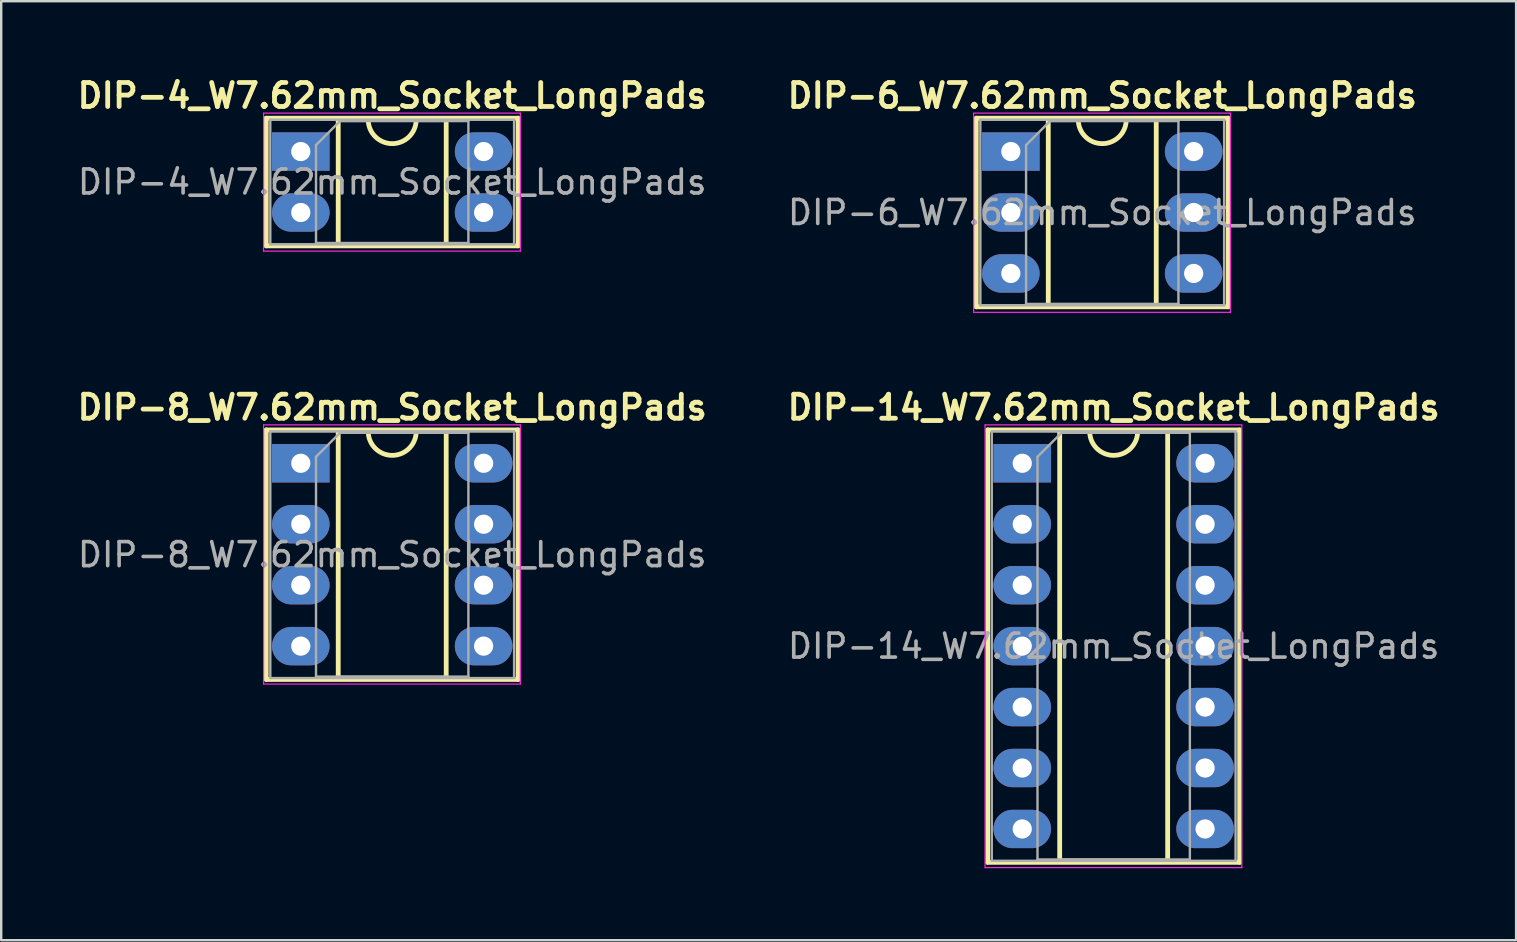
<source format=kicad_pcb>
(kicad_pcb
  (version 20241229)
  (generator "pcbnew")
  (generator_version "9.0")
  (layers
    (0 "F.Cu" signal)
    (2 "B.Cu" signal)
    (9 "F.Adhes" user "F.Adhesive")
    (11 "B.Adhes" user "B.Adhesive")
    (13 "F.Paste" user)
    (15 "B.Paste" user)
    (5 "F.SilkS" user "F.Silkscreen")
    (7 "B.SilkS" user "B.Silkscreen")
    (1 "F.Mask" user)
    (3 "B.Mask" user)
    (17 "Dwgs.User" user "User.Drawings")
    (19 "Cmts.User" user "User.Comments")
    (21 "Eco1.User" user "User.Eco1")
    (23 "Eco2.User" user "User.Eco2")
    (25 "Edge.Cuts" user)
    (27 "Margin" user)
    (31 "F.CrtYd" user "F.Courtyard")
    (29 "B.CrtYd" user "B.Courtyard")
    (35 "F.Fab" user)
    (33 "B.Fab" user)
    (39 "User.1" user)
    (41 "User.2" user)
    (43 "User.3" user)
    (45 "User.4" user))
  (footprint "DIP-8_W7.62mm_Socket_LongPads"
    (layer "F.Cu")
    (at 9.485 16.257)
    (property "Reference" "DIP-8_W7.62mm_Socket_LongPads" (at 3.81 -2.33 0) (layer "F.SilkS") (effects (font (size 1 1) (thickness 0.2))))
    (attr through_hole)
    (fp_line (start -1.44 -1.39) (end -1.44 9.01) (stroke (width 0.2) (type solid)) (layer "F.SilkS"))
    (fp_line (start -1.44 9.01) (end 9.06 9.01) (stroke (width 0.2) (type solid)) (layer "F.SilkS"))
    (fp_line (start 1.56 -1.33) (end 1.56 8.95) (stroke (width 0.2) (type solid)) (layer "F.SilkS"))
    (fp_line (start 1.56 8.95) (end 6.06 8.95) (stroke (width 0.2) (type solid)) (layer "F.SilkS"))
    (fp_line (start 2.81 -1.33) (end 1.56 -1.33) (stroke (width 0.2) (type solid)) (layer "F.SilkS"))
    (fp_line (start 6.06 -1.33) (end 4.81 -1.33) (stroke (width 0.2) (type solid)) (layer "F.SilkS"))
    (fp_line (start 6.06 8.95) (end 6.06 -1.33) (stroke (width 0.2) (type solid)) (layer "F.SilkS"))
    (fp_line (start 9.06 -1.39) (end -1.44 -1.39) (stroke (width 0.2) (type solid)) (layer "F.SilkS"))
    (fp_line (start 9.06 9.01) (end 9.06 -1.39) (stroke (width 0.2) (type solid)) (layer "F.SilkS"))
    (fp_arc (start 4.81 -1.33) (mid 3.81 -0.33) (end 2.81 -1.33) (stroke (width 0.2) (type solid)) (layer "F.SilkS"))
    (fp_line (start -1.55 -1.6) (end -1.55 9.2) (stroke (width 0.05) (type solid)) (layer "F.CrtYd"))
    (fp_line (start -1.55 9.2) (end 9.15 9.2) (stroke (width 0.05) (type solid)) (layer "F.CrtYd"))
    (fp_line (start 9.15 -1.6) (end -1.55 -1.6) (stroke (width 0.05) (type solid)) (layer "F.CrtYd"))
    (fp_line (start 9.15 9.2) (end 9.15 -1.6) (stroke (width 0.05) (type solid)) (layer "F.CrtYd"))
    (fp_line (start -1.27 -1.33) (end -1.27 8.95) (stroke (width 0.1) (type solid)) (layer "F.Fab"))
    (fp_line (start -1.27 8.95) (end 8.89 8.95) (stroke (width 0.1) (type solid)) (layer "F.Fab"))
    (fp_line (start 0.635 -0.27) (end 1.635 -1.27) (stroke (width 0.1) (type solid)) (layer "F.Fab"))
    (fp_line (start 0.635 8.89) (end 0.635 -0.27) (stroke (width 0.1) (type solid)) (layer "F.Fab"))
    (fp_line (start 1.635 -1.27) (end 6.985 -1.27) (stroke (width 0.1) (type solid)) (layer "F.Fab"))
    (fp_line (start 6.985 -1.27) (end 6.985 8.89) (stroke (width 0.1) (type solid)) (layer "F.Fab"))
    (fp_line (start 6.985 8.89) (end 0.635 8.89) (stroke (width 0.1) (type solid)) (layer "F.Fab"))
    (fp_line (start 8.89 -1.33) (end -1.27 -1.33) (stroke (width 0.1) (type solid)) (layer "F.Fab"))
    (fp_line (start 8.89 8.95) (end 8.89 -1.33) (stroke (width 0.1) (type solid)) (layer "F.Fab"))
    (fp_text user "${REFERENCE}" (at 3.81 3.81 0) (layer "F.Fab") (effects (font (size 1 1) (thickness 0.15))))
    (pad "1" thru_hole rect (at 0 0) (size 2.4 1.6) (drill 0.8) (layers "*.Cu" "*.Mask"))
    (pad "2" thru_hole oval (at 0 2.54) (size 2.4 1.6) (drill 0.8) (layers "*.Cu" "*.Mask"))
    (pad "3" thru_hole oval (at 0 5.08) (size 2.4 1.6) (drill 0.8) (layers "*.Cu" "*.Mask"))
    (pad "4" thru_hole oval (at 0 7.62) (size 2.4 1.6) (drill 0.8) (layers "*.Cu" "*.Mask"))
    (pad "5" thru_hole oval (at 7.62 7.62) (size 2.4 1.6) (drill 0.8) (layers "*.Cu" "*.Mask"))
    (pad "6" thru_hole oval (at 7.62 5.08) (size 2.4 1.6) (drill 0.8) (layers "*.Cu" "*.Mask"))
    (pad "7" thru_hole oval (at 7.62 2.54) (size 2.4 1.6) (drill 0.8) (layers "*.Cu" "*.Mask"))
    (pad "8" thru_hole oval (at 7.62 0) (size 2.4 1.6) (drill 0.8) (layers "*.Cu" "*.Mask")))
  (footprint "DIP-4_W7.62mm_Socket_LongPads"
    (layer "F.Cu")
    (at 9.485 3.266)
    (property "Reference" "DIP-4_W7.62mm_Socket_LongPads" (at 3.81 -2.33 0) (layer "F.SilkS") (effects (font (size 1 1) (thickness 0.2))))
    (attr through_hole)
    (fp_line (start -1.44 -1.39) (end -1.44 3.93) (stroke (width 0.2) (type solid)) (layer "F.SilkS"))
    (fp_line (start -1.44 3.93) (end 9.06 3.93) (stroke (width 0.2) (type solid)) (layer "F.SilkS"))
    (fp_line (start 1.56 -1.33) (end 1.56 3.87) (stroke (width 0.2) (type solid)) (layer "F.SilkS"))
    (fp_line (start 1.56 3.87) (end 6.06 3.87) (stroke (width 0.2) (type solid)) (layer "F.SilkS"))
    (fp_line (start 2.81 -1.33) (end 1.56 -1.33) (stroke (width 0.2) (type solid)) (layer "F.SilkS"))
    (fp_line (start 6.06 -1.33) (end 4.81 -1.33) (stroke (width 0.2) (type solid)) (layer "F.SilkS"))
    (fp_line (start 6.06 3.87) (end 6.06 -1.33) (stroke (width 0.2) (type solid)) (layer "F.SilkS"))
    (fp_line (start 9.06 -1.39) (end -1.44 -1.39) (stroke (width 0.2) (type solid)) (layer "F.SilkS"))
    (fp_line (start 9.06 3.93) (end 9.06 -1.39) (stroke (width 0.2) (type solid)) (layer "F.SilkS"))
    (fp_arc (start 4.81 -1.33) (mid 3.81 -0.33) (end 2.81 -1.33) (stroke (width 0.2) (type solid)) (layer "F.SilkS"))
    (fp_line (start -1.55 -1.6) (end -1.55 4.15) (stroke (width 0.05) (type solid)) (layer "F.CrtYd"))
    (fp_line (start -1.55 4.15) (end 9.15 4.15) (stroke (width 0.05) (type solid)) (layer "F.CrtYd"))
    (fp_line (start 9.15 -1.6) (end -1.55 -1.6) (stroke (width 0.05) (type solid)) (layer "F.CrtYd"))
    (fp_line (start 9.15 4.15) (end 9.15 -1.6) (stroke (width 0.05) (type solid)) (layer "F.CrtYd"))
    (fp_line (start -1.27 -1.33) (end -1.27 3.87) (stroke (width 0.1) (type solid)) (layer "F.Fab"))
    (fp_line (start -1.27 3.87) (end 8.89 3.87) (stroke (width 0.1) (type solid)) (layer "F.Fab"))
    (fp_line (start 0.635 -0.27) (end 1.635 -1.27) (stroke (width 0.1) (type solid)) (layer "F.Fab"))
    (fp_line (start 0.635 3.81) (end 0.635 -0.27) (stroke (width 0.1) (type solid)) (layer "F.Fab"))
    (fp_line (start 1.635 -1.27) (end 6.985 -1.27) (stroke (width 0.1) (type solid)) (layer "F.Fab"))
    (fp_line (start 6.985 -1.27) (end 6.985 3.81) (stroke (width 0.1) (type solid)) (layer "F.Fab"))
    (fp_line (start 6.985 3.81) (end 0.635 3.81) (stroke (width 0.1) (type solid)) (layer "F.Fab"))
    (fp_line (start 8.89 -1.33) (end -1.27 -1.33) (stroke (width 0.1) (type solid)) (layer "F.Fab"))
    (fp_line (start 8.89 3.87) (end 8.89 -1.33) (stroke (width 0.1) (type solid)) (layer "F.Fab"))
    (fp_text user "${REFERENCE}" (at 3.81 1.27 0) (layer "F.Fab") (effects (font (size 1 1) (thickness 0.15))))
    (pad "1" thru_hole rect (at 0 0) (size 2.4 1.6) (drill 0.8) (layers "*.Cu" "*.Mask"))
    (pad "2" thru_hole oval (at 0 2.54) (size 2.4 1.6) (drill 0.8) (layers "*.Cu" "*.Mask"))
    (pad "3" thru_hole oval (at 7.62 2.54) (size 2.4 1.6) (drill 0.8) (layers "*.Cu" "*.Mask"))
    (pad "4" thru_hole oval (at 7.62 0) (size 2.4 1.6) (drill 0.8) (layers "*.Cu" "*.Mask")))
  (footprint "DIP-6_W7.62mm_Socket_LongPads"
    (layer "F.Cu")
    (at 39.076 3.266)
    (property "Reference" "DIP-6_W7.62mm_Socket_LongPads" (at 3.81 -2.33 0) (layer "F.SilkS") (effects (font (size 1 1) (thickness 0.2))))
    (attr through_hole)
    (fp_line (start -1.44 -1.39) (end -1.44 6.47) (stroke (width 0.2) (type solid)) (layer "F.SilkS"))
    (fp_line (start -1.44 6.47) (end 9.06 6.47) (stroke (width 0.2) (type solid)) (layer "F.SilkS"))
    (fp_line (start 1.56 -1.33) (end 1.56 6.41) (stroke (width 0.2) (type solid)) (layer "F.SilkS"))
    (fp_line (start 1.56 6.41) (end 6.06 6.41) (stroke (width 0.2) (type solid)) (layer "F.SilkS"))
    (fp_line (start 2.81 -1.33) (end 1.56 -1.33) (stroke (width 0.2) (type solid)) (layer "F.SilkS"))
    (fp_line (start 6.06 -1.33) (end 4.81 -1.33) (stroke (width 0.2) (type solid)) (layer "F.SilkS"))
    (fp_line (start 6.06 6.41) (end 6.06 -1.33) (stroke (width 0.2) (type solid)) (layer "F.SilkS"))
    (fp_line (start 9.06 -1.39) (end -1.44 -1.39) (stroke (width 0.2) (type solid)) (layer "F.SilkS"))
    (fp_line (start 9.06 6.47) (end 9.06 -1.39) (stroke (width 0.2) (type solid)) (layer "F.SilkS"))
    (fp_arc (start 4.81 -1.33) (mid 3.81 -0.33) (end 2.81 -1.33) (stroke (width 0.2) (type solid)) (layer "F.SilkS"))
    (fp_line (start -1.55 -1.6) (end -1.55 6.7) (stroke (width 0.05) (type solid)) (layer "F.CrtYd"))
    (fp_line (start -1.55 6.7) (end 9.15 6.7) (stroke (width 0.05) (type solid)) (layer "F.CrtYd"))
    (fp_line (start 9.15 -1.6) (end -1.55 -1.6) (stroke (width 0.05) (type solid)) (layer "F.CrtYd"))
    (fp_line (start 9.15 6.7) (end 9.15 -1.6) (stroke (width 0.05) (type solid)) (layer "F.CrtYd"))
    (fp_line (start -1.27 -1.33) (end -1.27 6.41) (stroke (width 0.1) (type solid)) (layer "F.Fab"))
    (fp_line (start -1.27 6.41) (end 8.89 6.41) (stroke (width 0.1) (type solid)) (layer "F.Fab"))
    (fp_line (start 0.635 -0.27) (end 1.635 -1.27) (stroke (width 0.1) (type solid)) (layer "F.Fab"))
    (fp_line (start 0.635 6.35) (end 0.635 -0.27) (stroke (width 0.1) (type solid)) (layer "F.Fab"))
    (fp_line (start 1.635 -1.27) (end 6.985 -1.27) (stroke (width 0.1) (type solid)) (layer "F.Fab"))
    (fp_line (start 6.985 -1.27) (end 6.985 6.35) (stroke (width 0.1) (type solid)) (layer "F.Fab"))
    (fp_line (start 6.985 6.35) (end 0.635 6.35) (stroke (width 0.1) (type solid)) (layer "F.Fab"))
    (fp_line (start 8.89 -1.33) (end -1.27 -1.33) (stroke (width 0.1) (type solid)) (layer "F.Fab"))
    (fp_line (start 8.89 6.41) (end 8.89 -1.33) (stroke (width 0.1) (type solid)) (layer "F.Fab"))
    (fp_text user "${REFERENCE}" (at 3.81 2.54 0) (layer "F.Fab") (effects (font (size 1 1) (thickness 0.15))))
    (pad "1" thru_hole rect (at 0 0) (size 2.4 1.6) (drill 0.8) (layers "*.Cu" "*.Mask"))
    (pad "2" thru_hole oval (at 0 2.54) (size 2.4 1.6) (drill 0.8) (layers "*.Cu" "*.Mask"))
    (pad "3" thru_hole oval (at 0 5.08) (size 2.4 1.6) (drill 0.8) (layers "*.Cu" "*.Mask"))
    (pad "4" thru_hole oval (at 7.62 5.08) (size 2.4 1.6) (drill 0.8) (layers "*.Cu" "*.Mask"))
    (pad "5" thru_hole oval (at 7.62 2.54) (size 2.4 1.6) (drill 0.8) (layers "*.Cu" "*.Mask"))
    (pad "6" thru_hole oval (at 7.62 0) (size 2.4 1.6) (drill 0.8) (layers "*.Cu" "*.Mask")))
  (footprint "DIP-14_W7.62mm_Socket_LongPads"
    (layer "F.Cu")
    (at 39.552 16.257)
    (property "Reference" "DIP-14_W7.62mm_Socket_LongPads" (at 3.81 -2.33 0) (layer "F.SilkS") (effects (font (size 1 1) (thickness 0.2))))
    (attr through_hole)
    (fp_line (start -1.44 -1.39) (end -1.44 16.63) (stroke (width 0.2) (type solid)) (layer "F.SilkS"))
    (fp_line (start -1.44 16.63) (end 9.06 16.63) (stroke (width 0.2) (type solid)) (layer "F.SilkS"))
    (fp_line (start 1.56 -1.33) (end 1.56 16.57) (stroke (width 0.2) (type solid)) (layer "F.SilkS"))
    (fp_line (start 1.56 16.57) (end 6.06 16.57) (stroke (width 0.2) (type solid)) (layer "F.SilkS"))
    (fp_line (start 2.81 -1.33) (end 1.56 -1.33) (stroke (width 0.2) (type solid)) (layer "F.SilkS"))
    (fp_line (start 6.06 -1.33) (end 4.81 -1.33) (stroke (width 0.2) (type solid)) (layer "F.SilkS"))
    (fp_line (start 6.06 16.57) (end 6.06 -1.33) (stroke (width 0.2) (type solid)) (layer "F.SilkS"))
    (fp_line (start 9.06 -1.39) (end -1.44 -1.39) (stroke (width 0.2) (type solid)) (layer "F.SilkS"))
    (fp_line (start 9.06 16.63) (end 9.06 -1.39) (stroke (width 0.2) (type solid)) (layer "F.SilkS"))
    (fp_arc (start 4.81 -1.33) (mid 3.81 -0.33) (end 2.81 -1.33) (stroke (width 0.2) (type solid)) (layer "F.SilkS"))
    (fp_line (start -1.55 -1.6) (end -1.55 16.85) (stroke (width 0.05) (type solid)) (layer "F.CrtYd"))
    (fp_line (start -1.55 16.85) (end 9.15 16.85) (stroke (width 0.05) (type solid)) (layer "F.CrtYd"))
    (fp_line (start 9.15 -1.6) (end -1.55 -1.6) (stroke (width 0.05) (type solid)) (layer "F.CrtYd"))
    (fp_line (start 9.15 16.85) (end 9.15 -1.6) (stroke (width 0.05) (type solid)) (layer "F.CrtYd"))
    (fp_line (start -1.27 -1.33) (end -1.27 16.57) (stroke (width 0.1) (type solid)) (layer "F.Fab"))
    (fp_line (start -1.27 16.57) (end 8.89 16.57) (stroke (width 0.1) (type solid)) (layer "F.Fab"))
    (fp_line (start 0.635 -0.27) (end 1.635 -1.27) (stroke (width 0.1) (type solid)) (layer "F.Fab"))
    (fp_line (start 0.635 16.51) (end 0.635 -0.27) (stroke (width 0.1) (type solid)) (layer "F.Fab"))
    (fp_line (start 1.635 -1.27) (end 6.985 -1.27) (stroke (width 0.1) (type solid)) (layer "F.Fab"))
    (fp_line (start 6.985 -1.27) (end 6.985 16.51) (stroke (width 0.1) (type solid)) (layer "F.Fab"))
    (fp_line (start 6.985 16.51) (end 0.635 16.51) (stroke (width 0.1) (type solid)) (layer "F.Fab"))
    (fp_line (start 8.89 -1.33) (end -1.27 -1.33) (stroke (width 0.1) (type solid)) (layer "F.Fab"))
    (fp_line (start 8.89 16.57) (end 8.89 -1.33) (stroke (width 0.1) (type solid)) (layer "F.Fab"))
    (fp_text user "${REFERENCE}" (at 3.81 7.62 0) (layer "F.Fab") (effects (font (size 1 1) (thickness 0.15))))
    (pad "1" thru_hole rect (at 0 0) (size 2.4 1.6) (drill 0.8) (layers "*.Cu" "*.Mask"))
    (pad "2" thru_hole oval (at 0 2.54) (size 2.4 1.6) (drill 0.8) (layers "*.Cu" "*.Mask"))
    (pad "3" thru_hole oval (at 0 5.08) (size 2.4 1.6) (drill 0.8) (layers "*.Cu" "*.Mask"))
    (pad "4" thru_hole oval (at 0 7.62) (size 2.4 1.6) (drill 0.8) (layers "*.Cu" "*.Mask"))
    (pad "5" thru_hole oval (at 0 10.16) (size 2.4 1.6) (drill 0.8) (layers "*.Cu" "*.Mask"))
    (pad "6" thru_hole oval (at 0 12.7) (size 2.4 1.6) (drill 0.8) (layers "*.Cu" "*.Mask"))
    (pad "7" thru_hole oval (at 0 15.24) (size 2.4 1.6) (drill 0.8) (layers "*.Cu" "*.Mask"))
    (pad "8" thru_hole oval (at 7.62 15.24) (size 2.4 1.6) (drill 0.8) (layers "*.Cu" "*.Mask"))
    (pad "9" thru_hole oval (at 7.62 12.7) (size 2.4 1.6) (drill 0.8) (layers "*.Cu" "*.Mask"))
    (pad "10" thru_hole oval (at 7.62 10.16) (size 2.4 1.6) (drill 0.8) (layers "*.Cu" "*.Mask"))
    (pad "11" thru_hole oval (at 7.62 7.62) (size 2.4 1.6) (drill 0.8) (layers "*.Cu" "*.Mask"))
    (pad "12" thru_hole oval (at 7.62 5.08) (size 2.4 1.6) (drill 0.8) (layers "*.Cu" "*.Mask"))
    (pad "13" thru_hole oval (at 7.62 2.54) (size 2.4 1.6) (drill 0.8) (layers "*.Cu" "*.Mask"))
    (pad "14" thru_hole oval (at 7.62 0) (size 2.4 1.6) (drill 0.8) (layers "*.Cu" "*.Mask")))
  (gr_rect
    (start -3 -3)
    (end 60.133 36.132)
    (stroke (width 0.1) (type default))
    (fill no)
    (layer "Edge.Cuts")))
</source>
